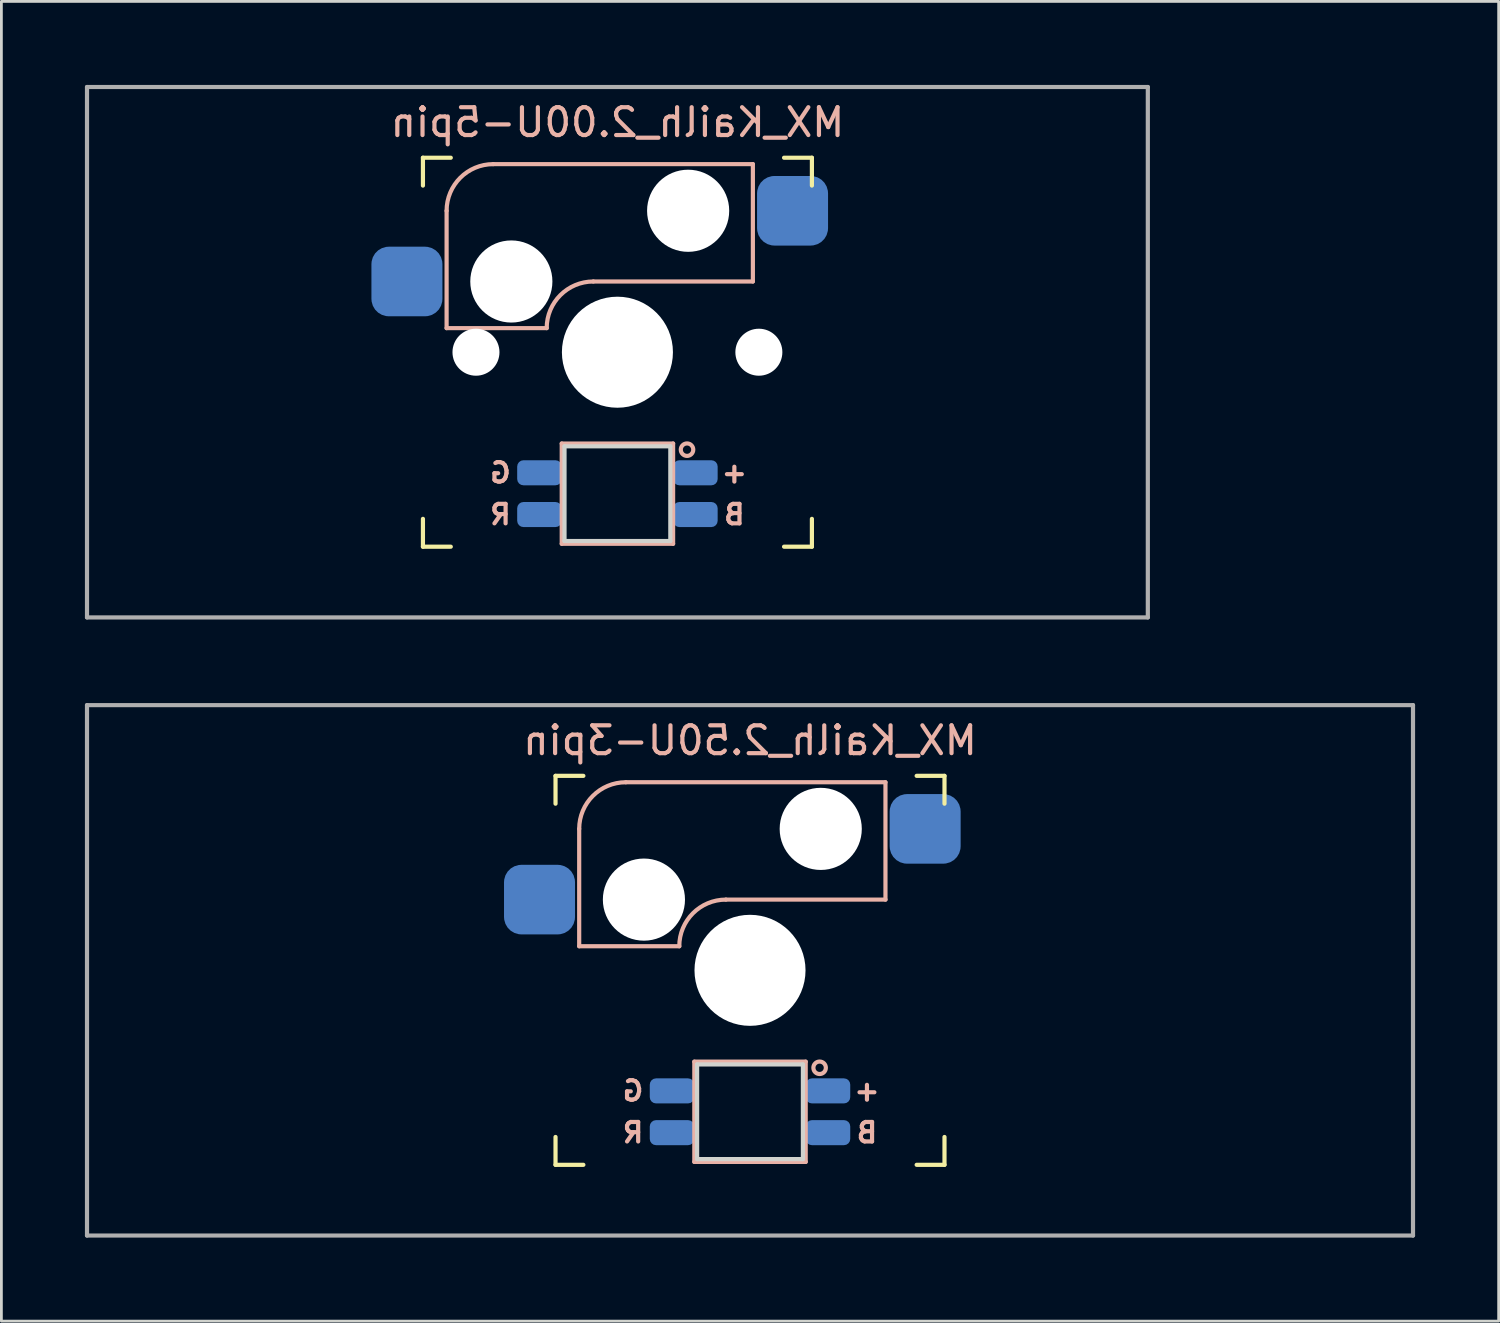
<source format=kicad_pcb>
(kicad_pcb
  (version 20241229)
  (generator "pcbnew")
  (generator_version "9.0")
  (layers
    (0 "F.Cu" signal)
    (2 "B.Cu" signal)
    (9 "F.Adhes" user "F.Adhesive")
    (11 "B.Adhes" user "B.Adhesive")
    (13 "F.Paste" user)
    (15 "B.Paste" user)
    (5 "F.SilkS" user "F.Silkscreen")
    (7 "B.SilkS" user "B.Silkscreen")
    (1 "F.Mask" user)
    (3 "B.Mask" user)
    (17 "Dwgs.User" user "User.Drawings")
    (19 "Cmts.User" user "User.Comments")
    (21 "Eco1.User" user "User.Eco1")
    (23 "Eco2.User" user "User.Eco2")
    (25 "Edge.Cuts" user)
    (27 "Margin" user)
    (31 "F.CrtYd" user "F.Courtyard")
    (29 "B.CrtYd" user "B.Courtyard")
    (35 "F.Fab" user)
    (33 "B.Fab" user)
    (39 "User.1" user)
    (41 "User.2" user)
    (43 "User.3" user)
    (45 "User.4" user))
  (footprint "MX_Kailh_2.50U-3pin"
    (layer "F.Cu")
    (at 23.887 31.8)
    (property "Reference" "MX_Kailh_2.50U-3pin" (at 0 -8.255 0) (layer "B.SilkS") (effects (font (size 1 1) (thickness 0.15)) (justify mirror)))
    (attr smd)
    (fp_line (start -6.985 -5.985) (end -6.985 -6.985) (stroke (width 0.15) (type solid)) (layer "F.SilkS"))
    (fp_line (start -6.985 6.985) (end -6.985 5.985) (stroke (width 0.15) (type solid)) (layer "F.SilkS"))
    (fp_line (start -6.985 6.985) (end -5.985 6.985) (stroke (width 0.15) (type solid)) (layer "F.SilkS"))
    (fp_line (start -5.985 -6.985) (end -6.985 -6.985) (stroke (width 0.15) (type solid)) (layer "F.SilkS"))
    (fp_line (start 5.985 6.985) (end 6.985 6.985) (stroke (width 0.15) (type solid)) (layer "F.SilkS"))
    (fp_line (start 6.985 -6.985) (end 5.985 -6.985) (stroke (width 0.15) (type solid)) (layer "F.SilkS"))
    (fp_line (start 6.985 -6.985) (end 6.985 -5.985) (stroke (width 0.15) (type solid)) (layer "F.SilkS"))
    (fp_line (start 6.985 5.985) (end 6.985 6.985) (stroke (width 0.15) (type solid)) (layer "F.SilkS"))
    (fp_line (start -6.135 -5.08) (end -6.135 -0.865) (stroke (width 0.15) (type solid)) (layer "B.SilkS"))
    (fp_line (start -6.135 -0.865) (end -2.54 -0.865) (stroke (width 0.15) (type solid)) (layer "B.SilkS"))
    (fp_line (start -4.46 -6.755) (end 4.865 -6.755) (stroke (width 0.15) (type solid)) (layer "B.SilkS"))
    (fp_line (start -2 3.28) (end -2 6.88) (stroke (width 0.15) (type solid)) (layer "B.SilkS"))
    (fp_line (start -2 6.88) (end 2 6.88) (stroke (width 0.15) (type solid)) (layer "B.SilkS"))
    (fp_line (start -0.865 -2.54) (end 4.865 -2.54) (stroke (width 0.15) (type solid)) (layer "B.SilkS"))
    (fp_line (start 2 3.28) (end -2 3.28) (stroke (width 0.15) (type solid)) (layer "B.SilkS"))
    (fp_line (start 2 6.88) (end 2 3.28) (stroke (width 0.15) (type solid)) (layer "B.SilkS"))
    (fp_line (start 4.865 -6.755) (end 4.865 -2.54) (stroke (width 0.15) (type solid)) (layer "B.SilkS"))
    (fp_arc (start -6.135 -5.08) (mid -5.644404 -6.264404) (end -4.46 -6.755) (stroke (width 0.15) (type solid)) (layer "B.SilkS"))
    (fp_arc (start -2.54 -0.865) (mid -2.049404 -2.049404) (end -0.865 -2.54) (stroke (width 0.15) (type solid)) (layer "B.SilkS"))
    (fp_circle (center 2.5 3.5) (end 2.724 3.5) (stroke (width 0.15) (type solid)) (fill no) (layer "B.SilkS"))
    (fp_line (start -6.985 6.985) (end -6.985 -6.985) (stroke (width 0.15) (type solid)) (layer "Eco2.User"))
    (fp_line (start -6.985 6.985) (end 6.985 6.985) (stroke (width 0.15) (type solid)) (layer "Eco2.User"))
    (fp_line (start 6.985 -6.985) (end -6.985 -6.985) (stroke (width 0.15) (type solid)) (layer "Eco2.User"))
    (fp_line (start 6.985 -6.985) (end 6.985 6.985) (stroke (width 0.15) (type solid)) (layer "Eco2.User"))
    (fp_line (start -1.9 3.38) (end -1.9 6.78) (stroke (width 0.15) (type solid)) (layer "Edge.Cuts"))
    (fp_line (start -1.9 3.38) (end 1.9 3.38) (stroke (width 0.15) (type solid)) (layer "Edge.Cuts"))
    (fp_line (start -1.9 6.78) (end 1.9 6.78) (stroke (width 0.15) (type solid)) (layer "Edge.Cuts"))
    (fp_line (start 1.9 3.38) (end 1.9 6.78) (stroke (width 0.15) (type solid)) (layer "Edge.Cuts"))
    (fp_line (start -23.812 -9.525) (end 23.812 -9.525) (stroke (width 0.15) (type solid)) (layer "F.Fab"))
    (fp_line (start -23.812 9.525) (end -23.812 -9.525) (stroke (width 0.15) (type solid)) (layer "F.Fab"))
    (fp_line (start 23.812 -9.525) (end 23.812 9.525) (stroke (width 0.15) (type solid)) (layer "F.Fab"))
    (fp_line (start 23.812 9.525) (end -23.812 9.525) (stroke (width 0.15) (type solid)) (layer "F.Fab"))
    (fp_text user "G" (at -4.2 4.33 0) (layer "B.SilkS") (effects (font (size 0.7 0.7) (thickness 0.15)) (justify mirror)))
    (fp_text user "B" (at 4.2 5.83 0) (layer "B.SilkS") (effects (font (size 0.7 0.7) (thickness 0.15)) (justify mirror)))
    (fp_text user "R" (at -4.2 5.83 0) (layer "B.SilkS") (effects (font (size 0.7 0.7) (thickness 0.15)) (justify mirror)))
    (fp_text user "+" (at 4.2 4.33 0) (layer "B.SilkS") (effects (font (size 0.7 0.7) (thickness 0.15)) (justify mirror)))
    (pad "" np_thru_hole circle (at -3.81 -2.54) (size 2.95 2.95) (drill 2.95) (layers "*.Cu" "*.Mask"))
    (pad "" np_thru_hole circle (at 0 0) (size 3.988 3.988) (drill 3.988) (layers "*.Cu" "*.Mask"))
    (pad "" np_thru_hole circle (at 2.54 -5.08) (size 2.95 2.95) (drill 2.95) (layers "*.Cu" "*.Mask"))
    (pad "1" smd roundrect (at 6.29 -5.08) (size 2.55 2.5) (layers "B.Cu" "B.Mask" "B.Paste") (roundrect_rratio 0.25))
    (pad "2" smd roundrect (at -7.56 -2.54) (size 2.55 2.5) (layers "B.Cu" "B.Mask" "B.Paste") (roundrect_rratio 0.25))
    (pad "3" smd roundrect (at 2.8 4.33) (size 1.6 0.9) (layers "B.Cu" "B.Mask" "B.Paste") (roundrect_rratio 0.25))
    (pad "4" smd roundrect (at -2.8 5.83) (size 1.6 0.9) (layers "B.Cu" "B.Mask" "B.Paste") (roundrect_rratio 0.25))
    (pad "5" smd roundrect (at -2.8 4.33) (size 1.6 0.9) (layers "B.Cu" "B.Mask" "B.Paste") (roundrect_rratio 0.25))
    (pad "6" smd roundrect (at 2.8 5.83) (size 1.6 0.9) (layers "B.Cu" "B.Mask" "B.Paste") (roundrect_rratio 0.25)))
  (footprint "MX_Kailh_2.00U-5pin"
    (layer "F.Cu")
    (at 19.125 9.6)
    (property "Reference" "MX_Kailh_2.00U-5pin" (at 0 -8.255 0) (layer "B.SilkS") (effects (font (size 1 1) (thickness 0.15)) (justify mirror)))
    (attr smd)
    (fp_line (start -6.985 -5.985) (end -6.985 -6.985) (stroke (width 0.15) (type solid)) (layer "F.SilkS"))
    (fp_line (start -6.985 6.985) (end -6.985 5.985) (stroke (width 0.15) (type solid)) (layer "F.SilkS"))
    (fp_line (start -6.985 6.985) (end -5.985 6.985) (stroke (width 0.15) (type solid)) (layer "F.SilkS"))
    (fp_line (start -5.985 -6.985) (end -6.985 -6.985) (stroke (width 0.15) (type solid)) (layer "F.SilkS"))
    (fp_line (start 5.985 6.985) (end 6.985 6.985) (stroke (width 0.15) (type solid)) (layer "F.SilkS"))
    (fp_line (start 6.985 -6.985) (end 5.985 -6.985) (stroke (width 0.15) (type solid)) (layer "F.SilkS"))
    (fp_line (start 6.985 -6.985) (end 6.985 -5.985) (stroke (width 0.15) (type solid)) (layer "F.SilkS"))
    (fp_line (start 6.985 5.985) (end 6.985 6.985) (stroke (width 0.15) (type solid)) (layer "F.SilkS"))
    (fp_line (start -6.135 -5.08) (end -6.135 -0.865) (stroke (width 0.15) (type solid)) (layer "B.SilkS"))
    (fp_line (start -6.135 -0.865) (end -2.54 -0.865) (stroke (width 0.15) (type solid)) (layer "B.SilkS"))
    (fp_line (start -4.46 -6.755) (end 4.865 -6.755) (stroke (width 0.15) (type solid)) (layer "B.SilkS"))
    (fp_line (start -2 3.28) (end -2 6.88) (stroke (width 0.15) (type solid)) (layer "B.SilkS"))
    (fp_line (start -2 6.88) (end 2 6.88) (stroke (width 0.15) (type solid)) (layer "B.SilkS"))
    (fp_line (start -0.865 -2.54) (end 4.865 -2.54) (stroke (width 0.15) (type solid)) (layer "B.SilkS"))
    (fp_line (start 2 3.28) (end -2 3.28) (stroke (width 0.15) (type solid)) (layer "B.SilkS"))
    (fp_line (start 2 6.88) (end 2 3.28) (stroke (width 0.15) (type solid)) (layer "B.SilkS"))
    (fp_line (start 4.865 -6.755) (end 4.865 -2.54) (stroke (width 0.15) (type solid)) (layer "B.SilkS"))
    (fp_arc (start -6.135 -5.08) (mid -5.644404 -6.264404) (end -4.46 -6.755) (stroke (width 0.15) (type solid)) (layer "B.SilkS"))
    (fp_arc (start -2.54 -0.865) (mid -2.049404 -2.049404) (end -0.865 -2.54) (stroke (width 0.15) (type solid)) (layer "B.SilkS"))
    (fp_circle (center 2.5 3.5) (end 2.724 3.5) (stroke (width 0.15) (type solid)) (fill no) (layer "B.SilkS"))
    (fp_line (start -6.985 6.985) (end -6.985 -6.985) (stroke (width 0.15) (type solid)) (layer "Eco2.User"))
    (fp_line (start -6.985 6.985) (end 6.985 6.985) (stroke (width 0.15) (type solid)) (layer "Eco2.User"))
    (fp_line (start 6.985 -6.985) (end -6.985 -6.985) (stroke (width 0.15) (type solid)) (layer "Eco2.User"))
    (fp_line (start 6.985 -6.985) (end 6.985 6.985) (stroke (width 0.15) (type solid)) (layer "Eco2.User"))
    (fp_line (start -1.9 3.38) (end -1.9 6.78) (stroke (width 0.15) (type solid)) (layer "Edge.Cuts"))
    (fp_line (start -1.9 3.38) (end 1.9 3.38) (stroke (width 0.15) (type solid)) (layer "Edge.Cuts"))
    (fp_line (start -1.9 6.78) (end 1.9 6.78) (stroke (width 0.15) (type solid)) (layer "Edge.Cuts"))
    (fp_line (start 1.9 3.38) (end 1.9 6.78) (stroke (width 0.15) (type solid)) (layer "Edge.Cuts"))
    (fp_line (start -19.05 -9.525) (end 19.05 -9.525) (stroke (width 0.15) (type solid)) (layer "F.Fab"))
    (fp_line (start -19.05 9.525) (end -19.05 -9.525) (stroke (width 0.15) (type solid)) (layer "F.Fab"))
    (fp_line (start 19.05 -9.525) (end 19.05 9.525) (stroke (width 0.15) (type solid)) (layer "F.Fab"))
    (fp_line (start 19.05 9.525) (end -19.05 9.525) (stroke (width 0.15) (type solid)) (layer "F.Fab"))
    (fp_text user "B" (at 4.2 5.83 0) (layer "B.SilkS") (effects (font (size 0.7 0.7) (thickness 0.15)) (justify mirror)))
    (fp_text user "+" (at 4.2 4.33 0) (layer "B.SilkS") (effects (font (size 0.7 0.7) (thickness 0.15)) (justify mirror)))
    (fp_text user "G" (at -4.2 4.33 0) (layer "B.SilkS") (effects (font (size 0.7 0.7) (thickness 0.15)) (justify mirror)))
    (fp_text user "R" (at -4.2 5.83 0) (layer "B.SilkS") (effects (font (size 0.7 0.7) (thickness 0.15)) (justify mirror)))
    (pad "" np_thru_hole circle (at -5.08 0) (size 1.688 1.688) (drill 1.688) (layers "*.Cu" "*.Mask"))
    (pad "" np_thru_hole circle (at -3.81 -2.54) (size 2.95 2.95) (drill 2.95) (layers "*.Cu" "*.Mask"))
    (pad "" np_thru_hole circle (at 0 0) (size 3.988 3.988) (drill 3.988) (layers "*.Cu" "*.Mask"))
    (pad "" np_thru_hole circle (at 2.54 -5.08) (size 2.95 2.95) (drill 2.95) (layers "*.Cu" "*.Mask"))
    (pad "" np_thru_hole circle (at 5.08 0) (size 1.688 1.688) (drill 1.688) (layers "*.Cu" "*.Mask"))
    (pad "1" smd roundrect (at 6.29 -5.08) (size 2.55 2.5) (layers "B.Cu" "B.Mask" "B.Paste") (roundrect_rratio 0.25))
    (pad "2" smd roundrect (at -7.56 -2.54) (size 2.55 2.5) (layers "B.Cu" "B.Mask" "B.Paste") (roundrect_rratio 0.25))
    (pad "3" smd roundrect (at 2.8 4.33) (size 1.6 0.9) (layers "B.Cu" "B.Mask" "B.Paste") (roundrect_rratio 0.25))
    (pad "4" smd roundrect (at -2.8 5.83) (size 1.6 0.9) (layers "B.Cu" "B.Mask" "B.Paste") (roundrect_rratio 0.25))
    (pad "5" smd roundrect (at -2.8 4.33) (size 1.6 0.9) (layers "B.Cu" "B.Mask" "B.Paste") (roundrect_rratio 0.25))
    (pad "6" smd roundrect (at 2.8 5.83) (size 1.6 0.9) (layers "B.Cu" "B.Mask" "B.Paste") (roundrect_rratio 0.25)))
  (gr_rect
    (start -3 -3)
    (end 50.775 44.4)
    (stroke (width 0.1) (type default))
    (fill no)
    (layer "Edge.Cuts")))
</source>
